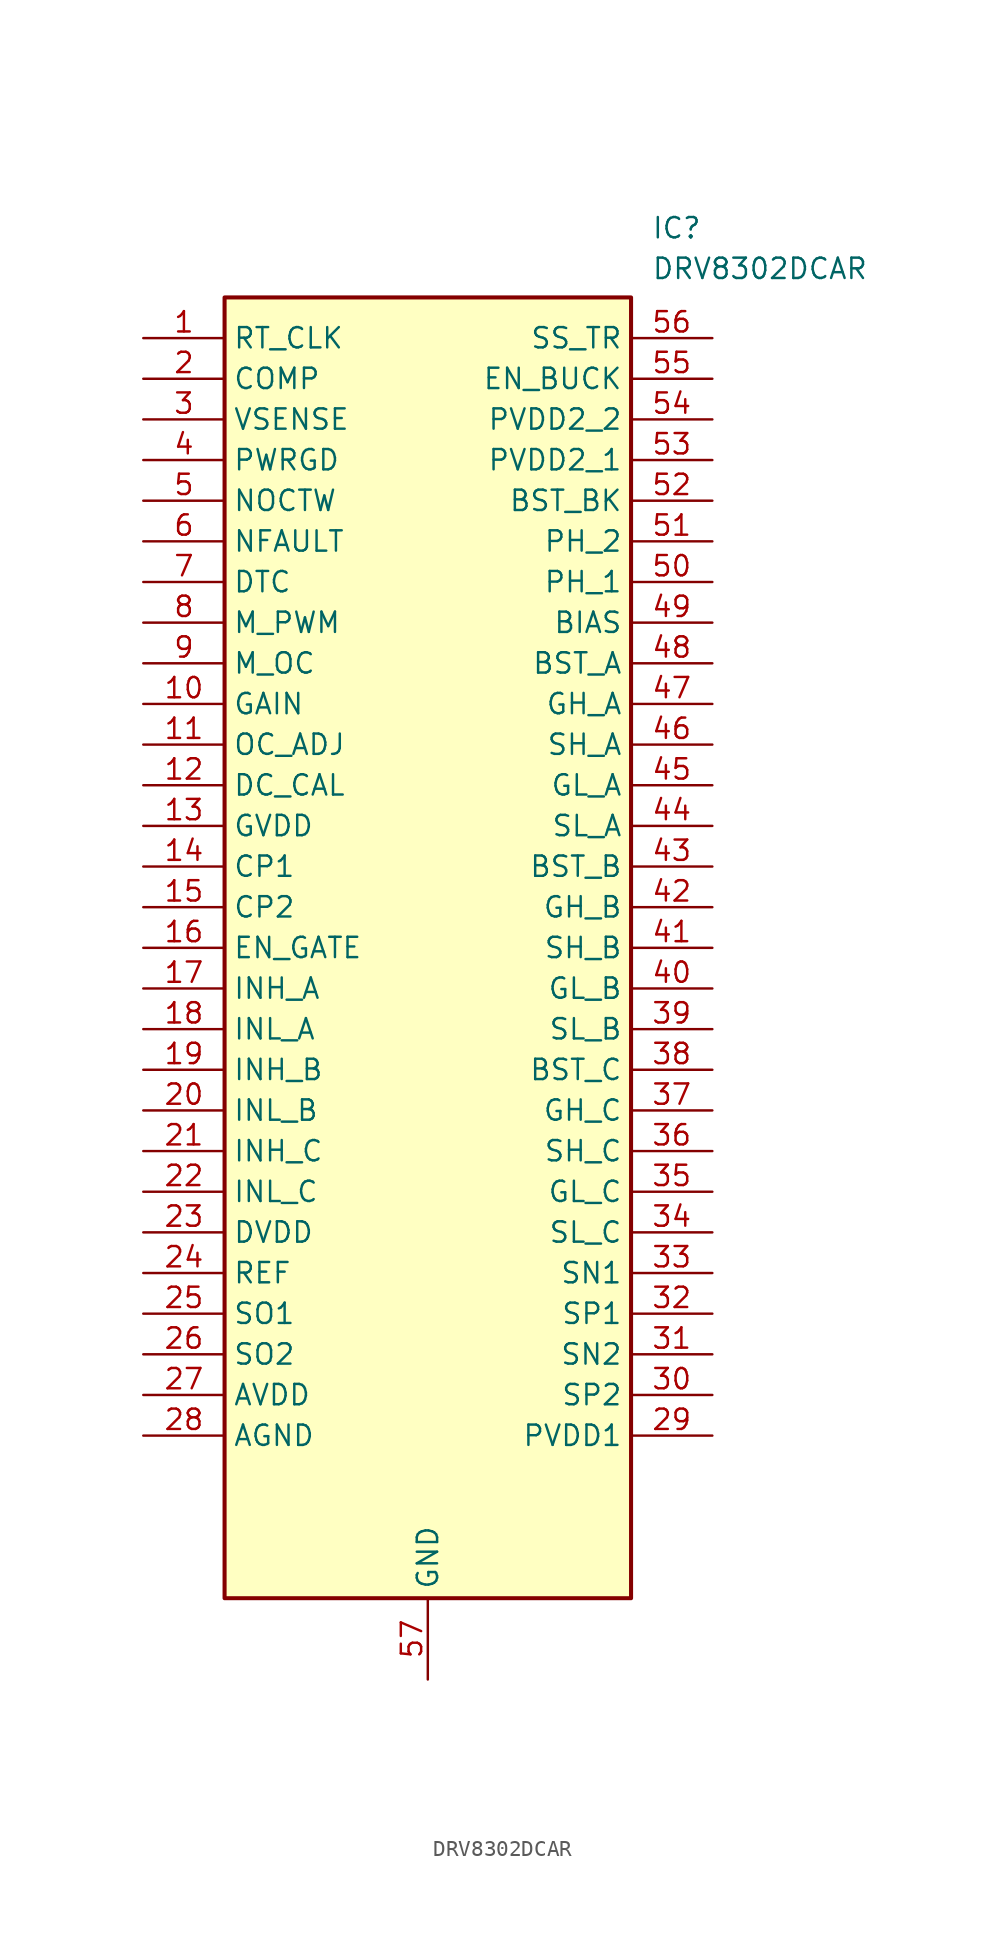
<source format=kicad_sym>
(kicad_symbol_lib
  (version 20220914)
  (generator kicad_symbol_editor)
  (symbol "DRV8302DCAR"
    (property "Reference" "IC"
      (at 31.75 7.62 0)
      (effects (font (size 1.27 1.27)) (justify left top)))
    (property "Value" "DRV8302DCAR"
      (at 31.75 5.08 0)
      (effects (font (size 1.27 1.27)) (justify left top)))
    (symbol "DRV8302DCAR_1_1"
      (rectangle (start 5.08 2.54) (end 30.48 -78.74) (stroke (width 0.254) (type default)) (fill (type background)))
      (pin passive line (at 0 0 0) (length 5.08) (name "RT_CLK" (effects (font (size 1.27 1.27)))) (number "1" (effects (font (size 1.27 1.27)))))
      (pin passive line (at 0 -22.86 0) (length 5.08) (name "GAIN" (effects (font (size 1.27 1.27)))) (number "10" (effects (font (size 1.27 1.27)))))
      (pin passive line (at 0 -25.4 0) (length 5.08) (name "OC_ADJ" (effects (font (size 1.27 1.27)))) (number "11" (effects (font (size 1.27 1.27)))))
      (pin passive line (at 0 -27.94 0) (length 5.08) (name "DC_CAL" (effects (font (size 1.27 1.27)))) (number "12" (effects (font (size 1.27 1.27)))))
      (pin passive line (at 0 -30.48 0) (length 5.08) (name "GVDD" (effects (font (size 1.27 1.27)))) (number "13" (effects (font (size 1.27 1.27)))))
      (pin passive line (at 0 -33.02 0) (length 5.08) (name "CP1" (effects (font (size 1.27 1.27)))) (number "14" (effects (font (size 1.27 1.27)))))
      (pin passive line (at 0 -35.56 0) (length 5.08) (name "CP2" (effects (font (size 1.27 1.27)))) (number "15" (effects (font (size 1.27 1.27)))))
      (pin passive line (at 0 -38.1 0) (length 5.08) (name "EN_GATE" (effects (font (size 1.27 1.27)))) (number "16" (effects (font (size 1.27 1.27)))))
      (pin passive line (at 0 -40.64 0) (length 5.08) (name "INH_A" (effects (font (size 1.27 1.27)))) (number "17" (effects (font (size 1.27 1.27)))))
      (pin passive line (at 0 -43.18 0) (length 5.08) (name "INL_A" (effects (font (size 1.27 1.27)))) (number "18" (effects (font (size 1.27 1.27)))))
      (pin passive line (at 0 -45.72 0) (length 5.08) (name "INH_B" (effects (font (size 1.27 1.27)))) (number "19" (effects (font (size 1.27 1.27)))))
      (pin passive line (at 0 -2.54 0) (length 5.08) (name "COMP" (effects (font (size 1.27 1.27)))) (number "2" (effects (font (size 1.27 1.27)))))
      (pin passive line (at 0 -48.26 0) (length 5.08) (name "INL_B" (effects (font (size 1.27 1.27)))) (number "20" (effects (font (size 1.27 1.27)))))
      (pin passive line (at 0 -50.8 0) (length 5.08) (name "INH_C" (effects (font (size 1.27 1.27)))) (number "21" (effects (font (size 1.27 1.27)))))
      (pin passive line (at 0 -53.34 0) (length 5.08) (name "INL_C" (effects (font (size 1.27 1.27)))) (number "22" (effects (font (size 1.27 1.27)))))
      (pin passive line (at 0 -55.88 0) (length 5.08) (name "DVDD" (effects (font (size 1.27 1.27)))) (number "23" (effects (font (size 1.27 1.27)))))
      (pin passive line (at 0 -58.42 0) (length 5.08) (name "REF" (effects (font (size 1.27 1.27)))) (number "24" (effects (font (size 1.27 1.27)))))
      (pin passive line (at 0 -60.96 0) (length 5.08) (name "SO1" (effects (font (size 1.27 1.27)))) (number "25" (effects (font (size 1.27 1.27)))))
      (pin passive line (at 0 -63.5 0) (length 5.08) (name "SO2" (effects (font (size 1.27 1.27)))) (number "26" (effects (font (size 1.27 1.27)))))
      (pin passive line (at 0 -66.04 0) (length 5.08) (name "AVDD" (effects (font (size 1.27 1.27)))) (number "27" (effects (font (size 1.27 1.27)))))
      (pin passive line (at 0 -68.58 0) (length 5.08) (name "AGND" (effects (font (size 1.27 1.27)))) (number "28" (effects (font (size 1.27 1.27)))))
      (pin passive line (at 35.56 -68.58 180) (length 5.08) (name "PVDD1" (effects (font (size 1.27 1.27)))) (number "29" (effects (font (size 1.27 1.27)))))
      (pin passive line (at 0 -5.08 0) (length 5.08) (name "VSENSE" (effects (font (size 1.27 1.27)))) (number "3" (effects (font (size 1.27 1.27)))))
      (pin passive line (at 35.56 -66.04 180) (length 5.08) (name "SP2" (effects (font (size 1.27 1.27)))) (number "30" (effects (font (size 1.27 1.27)))))
      (pin passive line (at 35.56 -63.5 180) (length 5.08) (name "SN2" (effects (font (size 1.27 1.27)))) (number "31" (effects (font (size 1.27 1.27)))))
      (pin passive line (at 35.56 -60.96 180) (length 5.08) (name "SP1" (effects (font (size 1.27 1.27)))) (number "32" (effects (font (size 1.27 1.27)))))
      (pin passive line (at 35.56 -58.42 180) (length 5.08) (name "SN1" (effects (font (size 1.27 1.27)))) (number "33" (effects (font (size 1.27 1.27)))))
      (pin passive line (at 35.56 -55.88 180) (length 5.08) (name "SL_C" (effects (font (size 1.27 1.27)))) (number "34" (effects (font (size 1.27 1.27)))))
      (pin passive line (at 35.56 -53.34 180) (length 5.08) (name "GL_C" (effects (font (size 1.27 1.27)))) (number "35" (effects (font (size 1.27 1.27)))))
      (pin passive line (at 35.56 -50.8 180) (length 5.08) (name "SH_C" (effects (font (size 1.27 1.27)))) (number "36" (effects (font (size 1.27 1.27)))))
      (pin passive line (at 35.56 -48.26 180) (length 5.08) (name "GH_C" (effects (font (size 1.27 1.27)))) (number "37" (effects (font (size 1.27 1.27)))))
      (pin passive line (at 35.56 -45.72 180) (length 5.08) (name "BST_C" (effects (font (size 1.27 1.27)))) (number "38" (effects (font (size 1.27 1.27)))))
      (pin passive line (at 35.56 -43.18 180) (length 5.08) (name "SL_B" (effects (font (size 1.27 1.27)))) (number "39" (effects (font (size 1.27 1.27)))))
      (pin passive line (at 0 -7.62 0) (length 5.08) (name "PWRGD" (effects (font (size 1.27 1.27)))) (number "4" (effects (font (size 1.27 1.27)))))
      (pin passive line (at 35.56 -40.64 180) (length 5.08) (name "GL_B" (effects (font (size 1.27 1.27)))) (number "40" (effects (font (size 1.27 1.27)))))
      (pin passive line (at 35.56 -38.1 180) (length 5.08) (name "SH_B" (effects (font (size 1.27 1.27)))) (number "41" (effects (font (size 1.27 1.27)))))
      (pin passive line (at 35.56 -35.56 180) (length 5.08) (name "GH_B" (effects (font (size 1.27 1.27)))) (number "42" (effects (font (size 1.27 1.27)))))
      (pin passive line (at 35.56 -33.02 180) (length 5.08) (name "BST_B" (effects (font (size 1.27 1.27)))) (number "43" (effects (font (size 1.27 1.27)))))
      (pin passive line (at 35.56 -30.48 180) (length 5.08) (name "SL_A" (effects (font (size 1.27 1.27)))) (number "44" (effects (font (size 1.27 1.27)))))
      (pin passive line (at 35.56 -27.94 180) (length 5.08) (name "GL_A" (effects (font (size 1.27 1.27)))) (number "45" (effects (font (size 1.27 1.27)))))
      (pin passive line (at 35.56 -25.4 180) (length 5.08) (name "SH_A" (effects (font (size 1.27 1.27)))) (number "46" (effects (font (size 1.27 1.27)))))
      (pin passive line (at 35.56 -22.86 180) (length 5.08) (name "GH_A" (effects (font (size 1.27 1.27)))) (number "47" (effects (font (size 1.27 1.27)))))
      (pin passive line (at 35.56 -20.32 180) (length 5.08) (name "BST_A" (effects (font (size 1.27 1.27)))) (number "48" (effects (font (size 1.27 1.27)))))
      (pin passive line (at 35.56 -17.78 180) (length 5.08) (name "BIAS" (effects (font (size 1.27 1.27)))) (number "49" (effects (font (size 1.27 1.27)))))
      (pin passive line (at 0 -10.16 0) (length 5.08) (name "NOCTW" (effects (font (size 1.27 1.27)))) (number "5" (effects (font (size 1.27 1.27)))))
      (pin passive line (at 35.56 -15.24 180) (length 5.08) (name "PH_1" (effects (font (size 1.27 1.27)))) (number "50" (effects (font (size 1.27 1.27)))))
      (pin passive line (at 35.56 -12.7 180) (length 5.08) (name "PH_2" (effects (font (size 1.27 1.27)))) (number "51" (effects (font (size 1.27 1.27)))))
      (pin passive line (at 35.56 -10.16 180) (length 5.08) (name "BST_BK" (effects (font (size 1.27 1.27)))) (number "52" (effects (font (size 1.27 1.27)))))
      (pin passive line (at 35.56 -7.62 180) (length 5.08) (name "PVDD2_1" (effects (font (size 1.27 1.27)))) (number "53" (effects (font (size 1.27 1.27)))))
      (pin passive line (at 35.56 -5.08 180) (length 5.08) (name "PVDD2_2" (effects (font (size 1.27 1.27)))) (number "54" (effects (font (size 1.27 1.27)))))
      (pin passive line (at 35.56 -2.54 180) (length 5.08) (name "EN_BUCK" (effects (font (size 1.27 1.27)))) (number "55" (effects (font (size 1.27 1.27)))))
      (pin passive line (at 35.56 0 180) (length 5.08) (name "SS_TR" (effects (font (size 1.27 1.27)))) (number "56" (effects (font (size 1.27 1.27)))))
      (pin passive line (at 17.78 -83.82 90) (length 5.08) (name "GND" (effects (font (size 1.27 1.27)))) (number "57" (effects (font (size 1.27 1.27)))))
      (pin passive line (at 0 -12.7 0) (length 5.08) (name "NFAULT" (effects (font (size 1.27 1.27)))) (number "6" (effects (font (size 1.27 1.27)))))
      (pin passive line (at 0 -15.24 0) (length 5.08) (name "DTC" (effects (font (size 1.27 1.27)))) (number "7" (effects (font (size 1.27 1.27)))))
      (pin passive line (at 0 -17.78 0) (length 5.08) (name "M_PWM" (effects (font (size 1.27 1.27)))) (number "8" (effects (font (size 1.27 1.27)))))
      (pin passive line (at 0 -20.32 0) (length 5.08) (name "M_OC" (effects (font (size 1.27 1.27)))) (number "9" (effects (font (size 1.27 1.27))))))))
</source>
